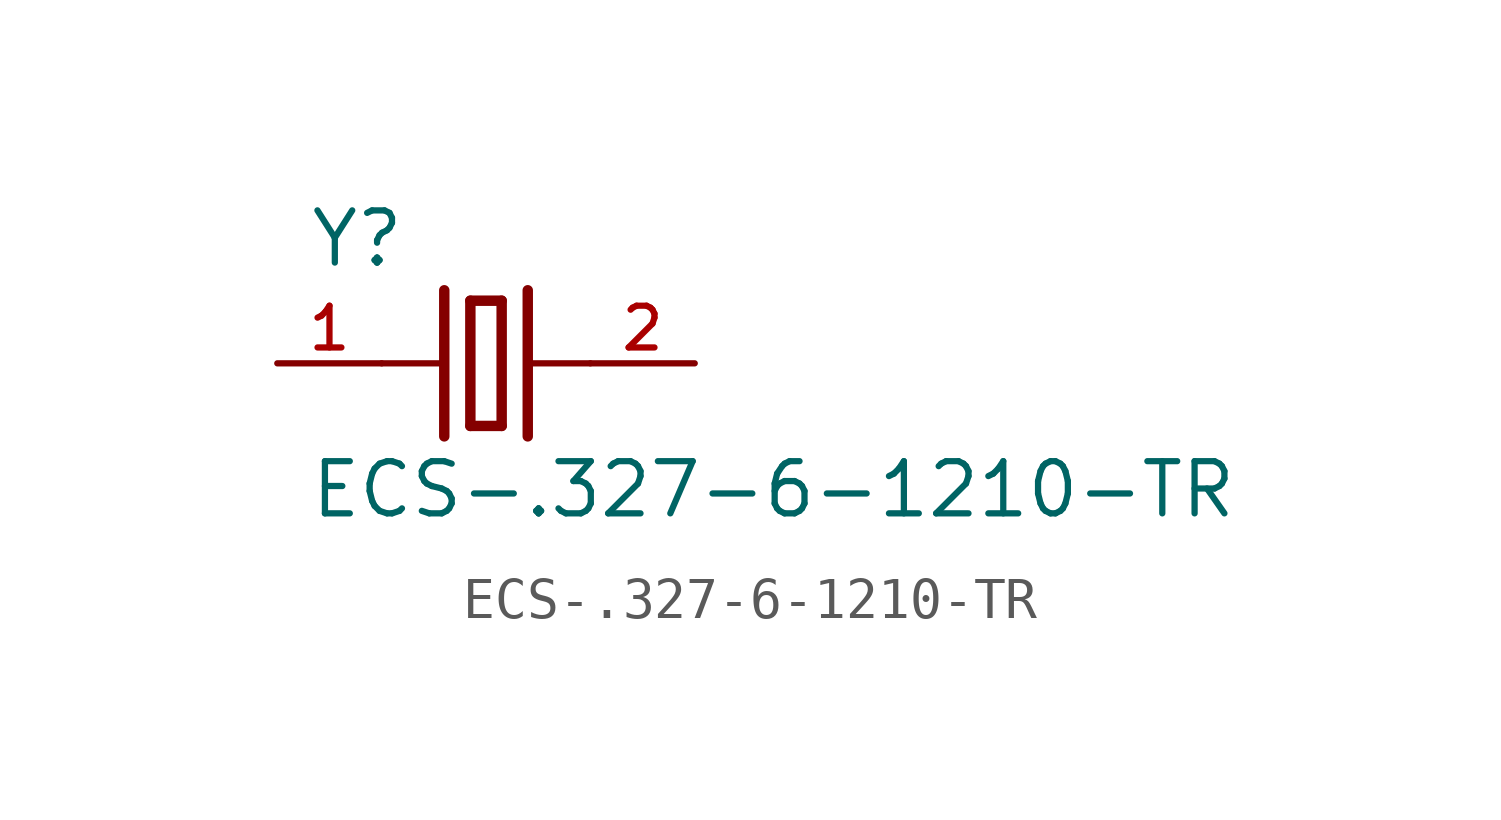
<source format=kicad_sym>
(kicad_symbol_lib
  (version 20211014)
  (generator kicad_symbol_editor)
  (symbol "ECS-.327-6-1210-TR"
    (pin_names
      (offset 1.016))
    (property "Reference" "Y"
      (at -4.324 2.289 0)
      (effects (font (size 1.27 1.27)) (justify bottom left)))
    (property "Value" "ECS-.327-6-1210-TR"
      (at -4.323 -3.815 0)
      (effects (font (size 1.27 1.27)) (justify bottom left)))
    (symbol "ECS-.327-6-1210-TR_0_0"
      (polyline (pts (xy 1.016 0.0) (xy 2.54 0.0)) (stroke (width 0.152)))
      (polyline (pts (xy -2.54 0.0) (xy -1.016 0.0)) (stroke (width 0.152)))
      (polyline (pts (xy -0.381 1.524) (xy -0.381 -1.524)) (stroke (width 0.254)))
      (polyline (pts (xy -0.381 -1.524) (xy 0.381 -1.524)) (stroke (width 0.254)))
      (polyline (pts (xy 0.381 -1.524) (xy 0.381 1.524)) (stroke (width 0.254)))
      (polyline (pts (xy 0.381 1.524) (xy -0.381 1.524)) (stroke (width 0.254)))
      (polyline (pts (xy 1.016 1.778) (xy 1.016 -1.778)) (stroke (width 0.254)))
      (polyline (pts (xy -1.016 1.778) (xy -1.016 -1.778)) (stroke (width 0.254)))
      (pin passive line (at 5.08 0.0 180.0) (length 2.54) (name "~" (effects (font (size 1.016 1.016)))) (number "2" (effects (font (size 1.016 1.016)))))
      (pin passive line (at -5.08 0.0 0) (length 2.54) (name "~" (effects (font (size 1.016 1.016)))) (number "1" (effects (font (size 1.016 1.016))))))))
</source>
